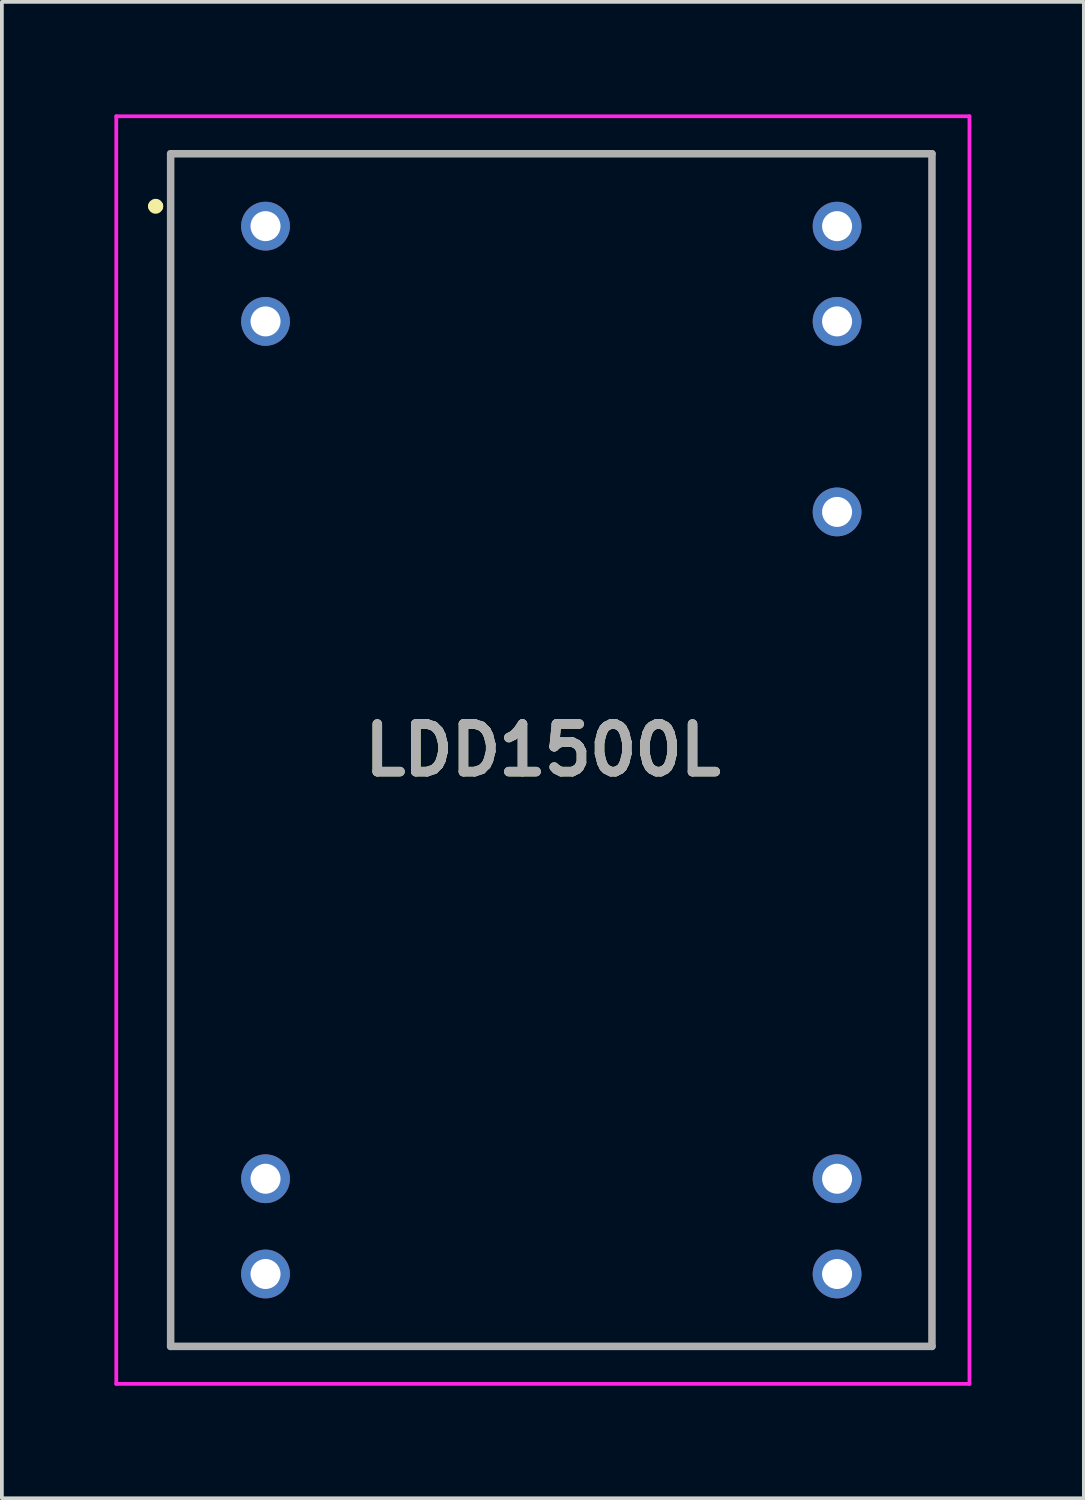
<source format=kicad_pcb>
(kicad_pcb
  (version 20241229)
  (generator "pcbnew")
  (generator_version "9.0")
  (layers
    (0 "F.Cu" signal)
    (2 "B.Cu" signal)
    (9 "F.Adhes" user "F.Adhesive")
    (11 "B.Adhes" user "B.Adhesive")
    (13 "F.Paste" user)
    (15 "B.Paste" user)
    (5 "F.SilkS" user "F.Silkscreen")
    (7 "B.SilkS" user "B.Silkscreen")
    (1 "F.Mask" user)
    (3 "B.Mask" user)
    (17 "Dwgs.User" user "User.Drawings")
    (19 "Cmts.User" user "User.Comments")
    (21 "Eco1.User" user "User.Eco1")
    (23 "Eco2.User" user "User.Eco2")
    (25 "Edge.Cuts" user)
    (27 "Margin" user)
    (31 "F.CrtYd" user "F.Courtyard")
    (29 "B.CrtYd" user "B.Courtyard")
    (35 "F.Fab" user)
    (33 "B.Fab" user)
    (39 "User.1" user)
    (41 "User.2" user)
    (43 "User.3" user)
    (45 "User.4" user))
  (footprint "LDD1500L"
    (layer "F.Cu")
    (at 4.03 2.98)
    (property "Reference" "LDD1500L" (at 7.395 13.97 0) (layer "F.SilkS") (effects (font (size 1.27 1.27) (thickness 0.254))))
    (attr through_hole)
    (fp_line (start -2.98 -0.53) (end -2.98 -0.53) (stroke (width 0.3) (type solid)) (layer "F.SilkS"))
    (fp_line (start -2.88 -0.53) (end -2.88 -0.53) (stroke (width 0.3) (type solid)) (layer "F.SilkS"))
    (fp_line (start -2.53 -1.93) (end 17.77 -1.93) (stroke (width 0.1) (type solid)) (layer "F.SilkS"))
    (fp_line (start -2.53 29.87) (end -2.53 -1.93) (stroke (width 0.1) (type solid)) (layer "F.SilkS"))
    (fp_line (start 17.77 -1.93) (end 17.77 29.87) (stroke (width 0.1) (type solid)) (layer "F.SilkS"))
    (fp_line (start 17.77 29.87) (end -2.53 29.87) (stroke (width 0.1) (type solid)) (layer "F.SilkS"))
    (fp_arc (start -2.98 -0.53) (mid -2.93 -0.58) (end -2.88 -0.53) (stroke (width 0.3) (type solid)) (layer "F.SilkS"))
    (fp_arc (start -2.88 -0.53) (mid -2.93 -0.48) (end -2.98 -0.53) (stroke (width 0.3) (type solid)) (layer "F.SilkS"))
    (fp_line (start -3.98 -2.93) (end 18.77 -2.93) (stroke (width 0.1) (type solid)) (layer "F.CrtYd"))
    (fp_line (start -3.98 30.87) (end -3.98 -2.93) (stroke (width 0.1) (type solid)) (layer "F.CrtYd"))
    (fp_line (start 18.77 -2.93) (end 18.77 30.87) (stroke (width 0.1) (type solid)) (layer "F.CrtYd"))
    (fp_line (start 18.77 30.87) (end -3.98 30.87) (stroke (width 0.1) (type solid)) (layer "F.CrtYd"))
    (fp_line (start -2.53 -1.93) (end 17.77 -1.93) (stroke (width 0.2) (type solid)) (layer "F.Fab"))
    (fp_line (start -2.53 29.87) (end -2.53 -1.93) (stroke (width 0.2) (type solid)) (layer "F.Fab"))
    (fp_line (start 17.77 -1.93) (end 17.77 29.87) (stroke (width 0.2) (type solid)) (layer "F.Fab"))
    (fp_line (start 17.77 29.87) (end -2.53 29.87) (stroke (width 0.2) (type solid)) (layer "F.Fab"))
    (fp_text user "${REFERENCE}" (at 7.395 13.97 0) (layer "F.Fab") (effects (font (size 1.27 1.27) (thickness 0.254))))
    (pad "1" thru_hole circle (at 0 0) (size 1.3 1.3) (drill 0.8) (layers "*.Cu" "*.Mask"))
    (pad "2" thru_hole circle (at 0 2.54) (size 1.3 1.3) (drill 0.8) (layers "*.Cu" "*.Mask"))
    (pad "11" thru_hole circle (at 0 25.4) (size 1.3 1.3) (drill 0.8) (layers "*.Cu" "*.Mask"))
    (pad "12" thru_hole circle (at 0 27.94) (size 1.3 1.3) (drill 0.8) (layers "*.Cu" "*.Mask"))
    (pad "13" thru_hole circle (at 15.24 27.94) (size 1.3 1.3) (drill 0.8) (layers "*.Cu" "*.Mask"))
    (pad "14" thru_hole circle (at 15.24 25.4) (size 1.3 1.3) (drill 0.8) (layers "*.Cu" "*.Mask"))
    (pad "21" thru_hole circle (at 15.24 7.62) (size 1.3 1.3) (drill 0.8) (layers "*.Cu" "*.Mask"))
    (pad "23" thru_hole circle (at 15.24 2.54) (size 1.3 1.3) (drill 0.8) (layers "*.Cu" "*.Mask"))
    (pad "24" thru_hole circle (at 15.24 0) (size 1.3 1.3) (drill 0.8) (layers "*.Cu" "*.Mask")))
  (gr_rect
    (start -3 -3)
    (end 25.85 36.9)
    (stroke (width 0.1) (type default))
    (fill no)
    (layer "Edge.Cuts")))
</source>
